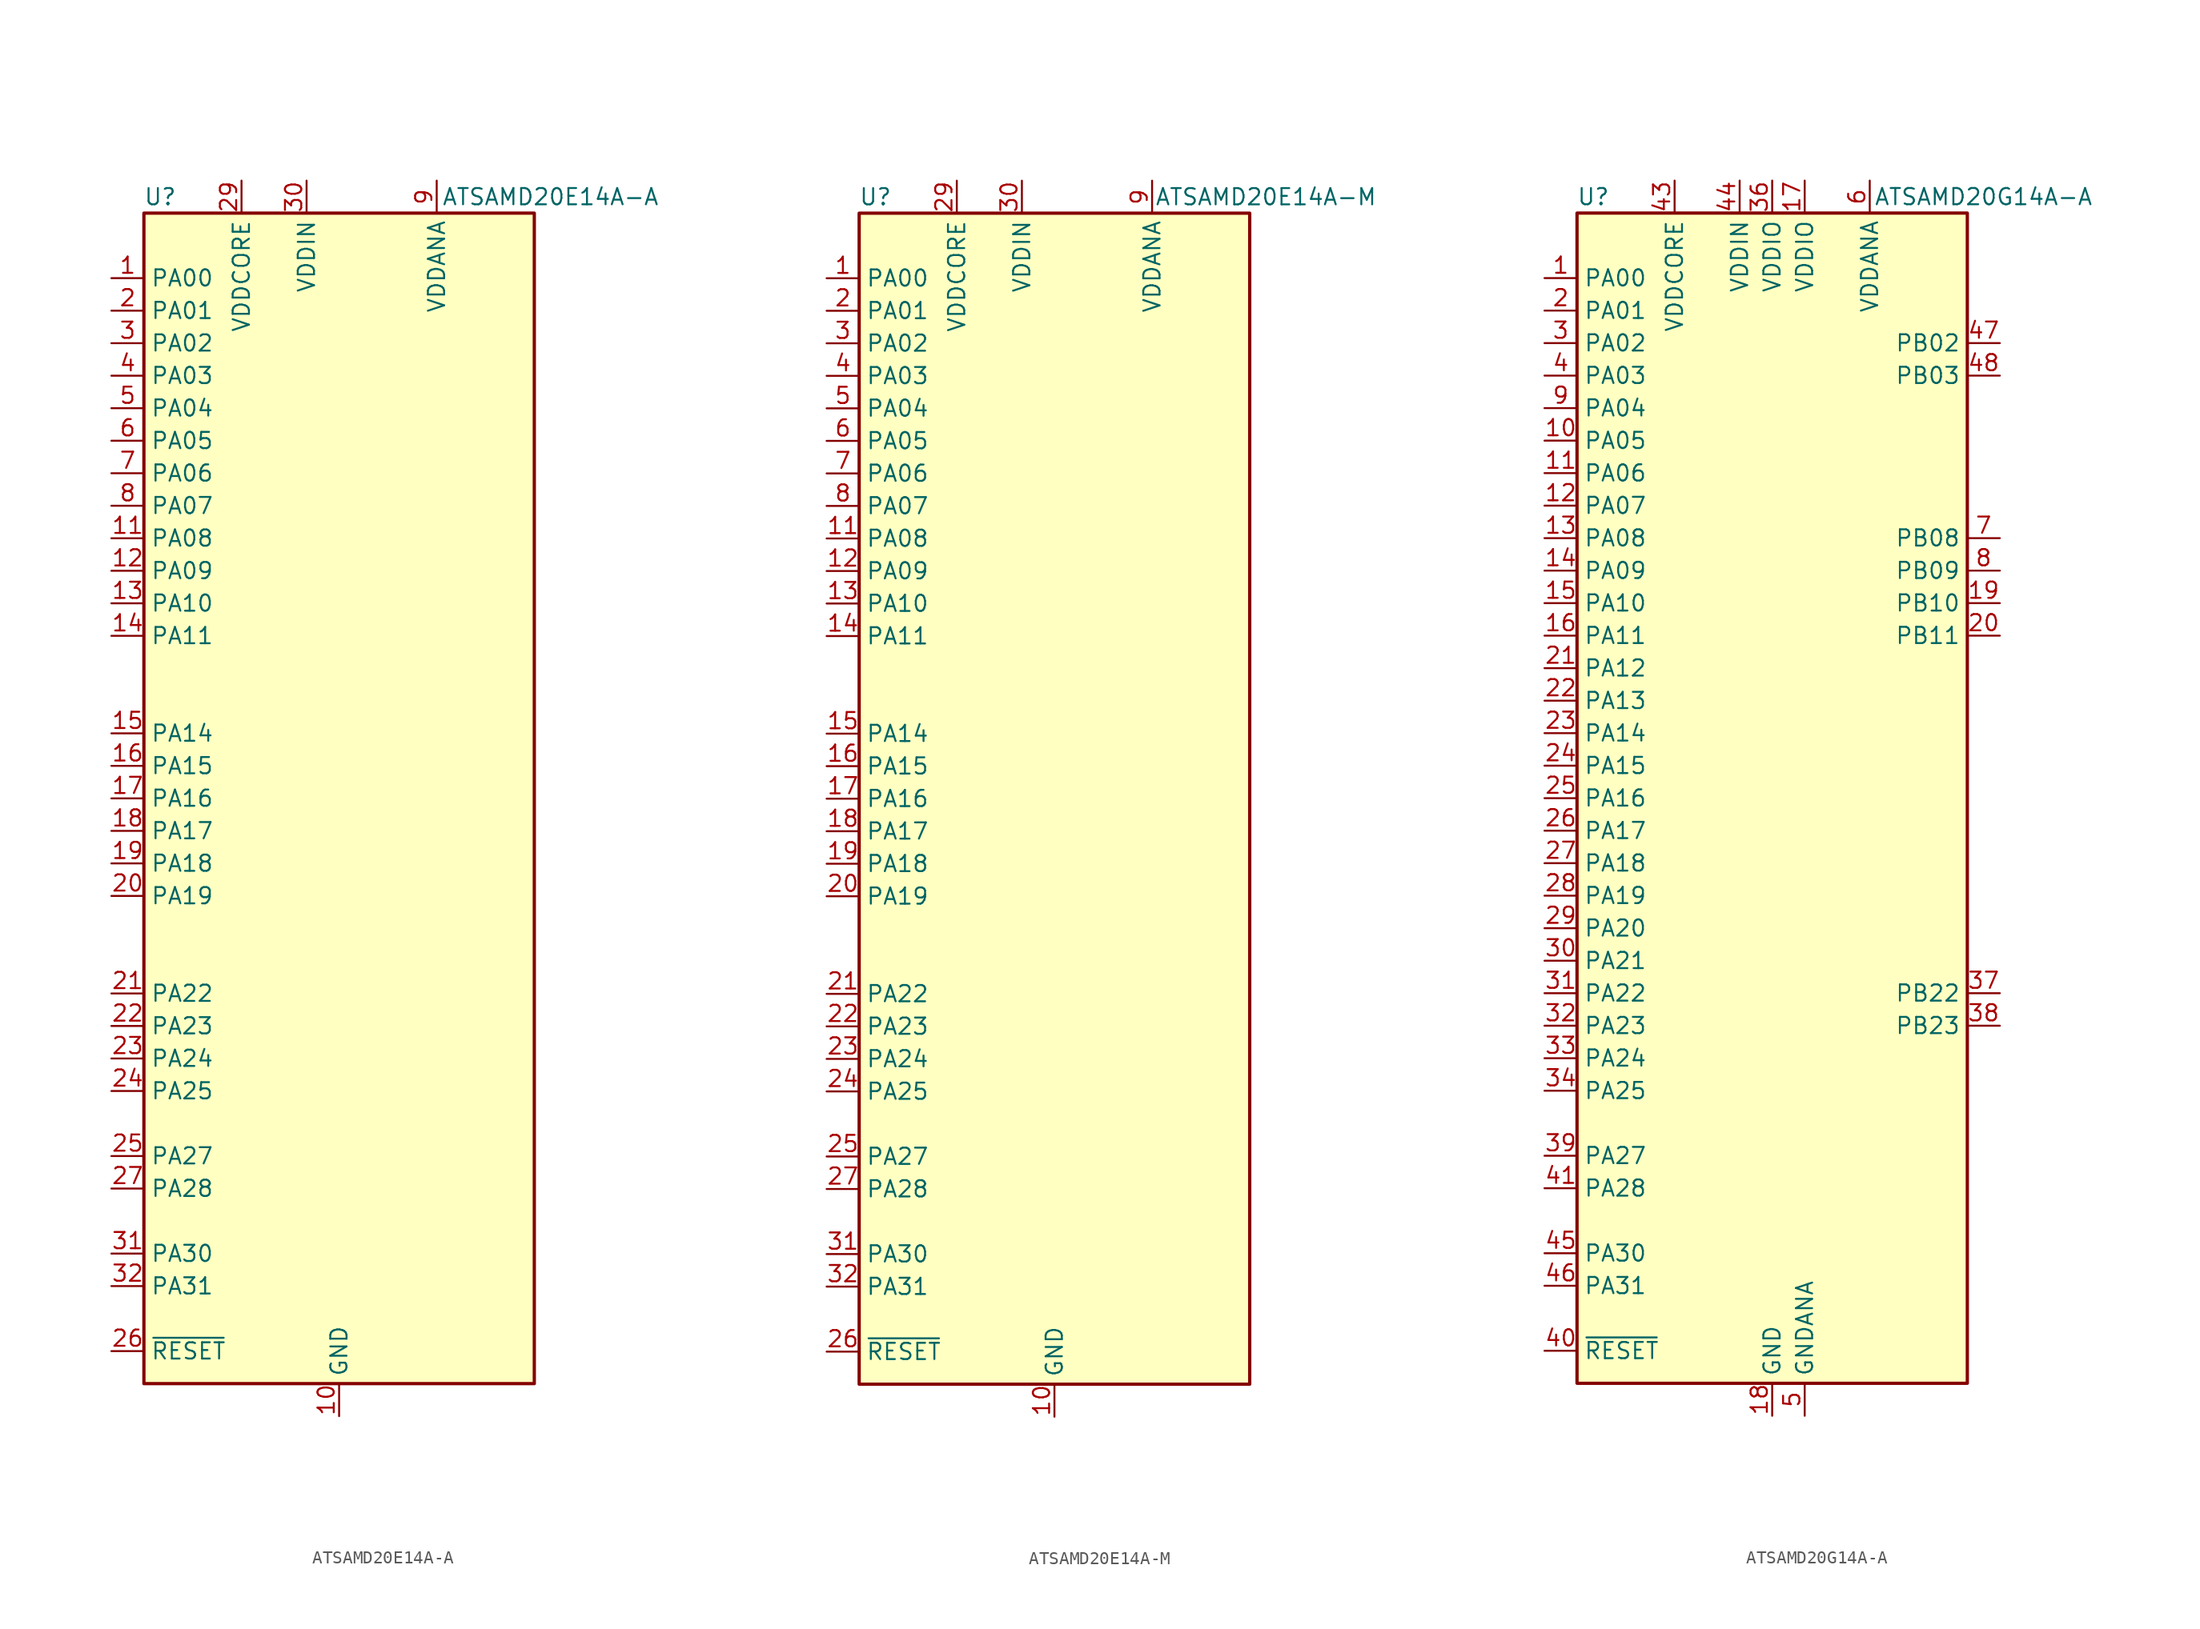
<source format=kicad_sym>
(kicad_symbol_lib
  (version 20211014)
  (generator kicad_symbol_editor)
  (symbol "ATSAMD20E14A-A"
    (property "Reference" "U"
      (at -13.97 46.99 0)
      (effects (font (size 1.27 1.27))))
    (property "Value" "ATSAMD20E14A-A"
      (at 16.51 46.99 0)
      (effects (font (size 1.27 1.27))))
    (symbol "ATSAMD20E14A-A_1_1"
      (rectangle (start -15.24 45.72) (end 15.24 -45.72) (stroke (width 0.254) (type default) (color 0 0 0 0)) (fill (type background)))
      (pin bidirectional line (at -17.78 40.64 0) (length 2.54) (name "PA00" (effects (font (size 1.27 1.27)))) (number "1" (effects (font (size 1.27 1.27)))))
      (pin power_in line (at 0 -48.26 90) (length 2.54) (name "GND" (effects (font (size 1.27 1.27)))) (number "10" (effects (font (size 1.27 1.27)))))
      (pin bidirectional line (at -17.78 20.32 0) (length 2.54) (name "PA08" (effects (font (size 1.27 1.27)))) (number "11" (effects (font (size 1.27 1.27)))))
      (pin bidirectional line (at -17.78 17.78 0) (length 2.54) (name "PA09" (effects (font (size 1.27 1.27)))) (number "12" (effects (font (size 1.27 1.27)))))
      (pin bidirectional line (at -17.78 15.24 0) (length 2.54) (name "PA10" (effects (font (size 1.27 1.27)))) (number "13" (effects (font (size 1.27 1.27)))))
      (pin bidirectional line (at -17.78 12.7 0) (length 2.54) (name "PA11" (effects (font (size 1.27 1.27)))) (number "14" (effects (font (size 1.27 1.27)))))
      (pin bidirectional line (at -17.78 5.08 0) (length 2.54) (name "PA14" (effects (font (size 1.27 1.27)))) (number "15" (effects (font (size 1.27 1.27)))))
      (pin bidirectional line (at -17.78 2.54 0) (length 2.54) (name "PA15" (effects (font (size 1.27 1.27)))) (number "16" (effects (font (size 1.27 1.27)))))
      (pin bidirectional line (at -17.78 0 0) (length 2.54) (name "PA16" (effects (font (size 1.27 1.27)))) (number "17" (effects (font (size 1.27 1.27)))))
      (pin bidirectional line (at -17.78 -2.54 0) (length 2.54) (name "PA17" (effects (font (size 1.27 1.27)))) (number "18" (effects (font (size 1.27 1.27)))))
      (pin bidirectional line (at -17.78 -5.08 0) (length 2.54) (name "PA18" (effects (font (size 1.27 1.27)))) (number "19" (effects (font (size 1.27 1.27)))))
      (pin bidirectional line (at -17.78 38.1 0) (length 2.54) (name "PA01" (effects (font (size 1.27 1.27)))) (number "2" (effects (font (size 1.27 1.27)))))
      (pin bidirectional line (at -17.78 -7.62 0) (length 2.54) (name "PA19" (effects (font (size 1.27 1.27)))) (number "20" (effects (font (size 1.27 1.27)))))
      (pin bidirectional line (at -17.78 -15.24 0) (length 2.54) (name "PA22" (effects (font (size 1.27 1.27)))) (number "21" (effects (font (size 1.27 1.27)))))
      (pin bidirectional line (at -17.78 -17.78 0) (length 2.54) (name "PA23" (effects (font (size 1.27 1.27)))) (number "22" (effects (font (size 1.27 1.27)))))
      (pin bidirectional line (at -17.78 -20.32 0) (length 2.54) (name "PA24" (effects (font (size 1.27 1.27)))) (number "23" (effects (font (size 1.27 1.27)))))
      (pin bidirectional line (at -17.78 -22.86 0) (length 2.54) (name "PA25" (effects (font (size 1.27 1.27)))) (number "24" (effects (font (size 1.27 1.27)))))
      (pin bidirectional line (at -17.78 -27.94 0) (length 2.54) (name "PA27" (effects (font (size 1.27 1.27)))) (number "25" (effects (font (size 1.27 1.27)))))
      (pin input line (at -17.78 -43.18 0) (length 2.54) (name "~{RESET}" (effects (font (size 1.27 1.27)))) (number "26" (effects (font (size 1.27 1.27)))))
      (pin bidirectional line (at -17.78 -30.48 0) (length 2.54) (name "PA28" (effects (font (size 1.27 1.27)))) (number "27" (effects (font (size 1.27 1.27)))))
      (pin passive line (at 0 -48.26 90) (length 2.54) hide (name "GND" (effects (font (size 1.27 1.27)))) (number "28" (effects (font (size 1.27 1.27)))))
      (pin power_out line (at -7.62 48.26 270) (length 2.54) (name "VDDCORE" (effects (font (size 1.27 1.27)))) (number "29" (effects (font (size 1.27 1.27)))))
      (pin bidirectional line (at -17.78 35.56 0) (length 2.54) (name "PA02" (effects (font (size 1.27 1.27)))) (number "3" (effects (font (size 1.27 1.27)))))
      (pin power_in line (at -2.54 48.26 270) (length 2.54) (name "VDDIN" (effects (font (size 1.27 1.27)))) (number "30" (effects (font (size 1.27 1.27)))))
      (pin bidirectional line (at -17.78 -35.56 0) (length 2.54) (name "PA30" (effects (font (size 1.27 1.27)))) (number "31" (effects (font (size 1.27 1.27)))))
      (pin bidirectional line (at -17.78 -38.1 0) (length 2.54) (name "PA31" (effects (font (size 1.27 1.27)))) (number "32" (effects (font (size 1.27 1.27)))))
      (pin bidirectional line (at -17.78 33.02 0) (length 2.54) (name "PA03" (effects (font (size 1.27 1.27)))) (number "4" (effects (font (size 1.27 1.27)))))
      (pin bidirectional line (at -17.78 30.48 0) (length 2.54) (name "PA04" (effects (font (size 1.27 1.27)))) (number "5" (effects (font (size 1.27 1.27)))))
      (pin bidirectional line (at -17.78 27.94 0) (length 2.54) (name "PA05" (effects (font (size 1.27 1.27)))) (number "6" (effects (font (size 1.27 1.27)))))
      (pin bidirectional line (at -17.78 25.4 0) (length 2.54) (name "PA06" (effects (font (size 1.27 1.27)))) (number "7" (effects (font (size 1.27 1.27)))))
      (pin bidirectional line (at -17.78 22.86 0) (length 2.54) (name "PA07" (effects (font (size 1.27 1.27)))) (number "8" (effects (font (size 1.27 1.27)))))
      (pin power_in line (at 7.62 48.26 270) (length 2.54) (name "VDDANA" (effects (font (size 1.27 1.27)))) (number "9" (effects (font (size 1.27 1.27)))))))
  (symbol "ATSAMD20E14A-M"
    (property "Reference" "U"
      (at -13.97 46.99 0)
      (effects (font (size 1.27 1.27))))
    (property "Value" "ATSAMD20E14A-M"
      (at 16.51 46.99 0)
      (effects (font (size 1.27 1.27))))
    (symbol "ATSAMD20E14A-M_1_1"
      (rectangle (start -15.24 45.72) (end 15.24 -45.72) (stroke (width 0.254) (type default) (color 0 0 0 0)) (fill (type background)))
      (pin bidirectional line (at -17.78 40.64 0) (length 2.54) (name "PA00" (effects (font (size 1.27 1.27)))) (number "1" (effects (font (size 1.27 1.27)))))
      (pin power_in line (at 0 -48.26 90) (length 2.54) (name "GND" (effects (font (size 1.27 1.27)))) (number "10" (effects (font (size 1.27 1.27)))))
      (pin bidirectional line (at -17.78 20.32 0) (length 2.54) (name "PA08" (effects (font (size 1.27 1.27)))) (number "11" (effects (font (size 1.27 1.27)))))
      (pin bidirectional line (at -17.78 17.78 0) (length 2.54) (name "PA09" (effects (font (size 1.27 1.27)))) (number "12" (effects (font (size 1.27 1.27)))))
      (pin bidirectional line (at -17.78 15.24 0) (length 2.54) (name "PA10" (effects (font (size 1.27 1.27)))) (number "13" (effects (font (size 1.27 1.27)))))
      (pin bidirectional line (at -17.78 12.7 0) (length 2.54) (name "PA11" (effects (font (size 1.27 1.27)))) (number "14" (effects (font (size 1.27 1.27)))))
      (pin bidirectional line (at -17.78 5.08 0) (length 2.54) (name "PA14" (effects (font (size 1.27 1.27)))) (number "15" (effects (font (size 1.27 1.27)))))
      (pin bidirectional line (at -17.78 2.54 0) (length 2.54) (name "PA15" (effects (font (size 1.27 1.27)))) (number "16" (effects (font (size 1.27 1.27)))))
      (pin bidirectional line (at -17.78 0 0) (length 2.54) (name "PA16" (effects (font (size 1.27 1.27)))) (number "17" (effects (font (size 1.27 1.27)))))
      (pin bidirectional line (at -17.78 -2.54 0) (length 2.54) (name "PA17" (effects (font (size 1.27 1.27)))) (number "18" (effects (font (size 1.27 1.27)))))
      (pin bidirectional line (at -17.78 -5.08 0) (length 2.54) (name "PA18" (effects (font (size 1.27 1.27)))) (number "19" (effects (font (size 1.27 1.27)))))
      (pin bidirectional line (at -17.78 38.1 0) (length 2.54) (name "PA01" (effects (font (size 1.27 1.27)))) (number "2" (effects (font (size 1.27 1.27)))))
      (pin bidirectional line (at -17.78 -7.62 0) (length 2.54) (name "PA19" (effects (font (size 1.27 1.27)))) (number "20" (effects (font (size 1.27 1.27)))))
      (pin bidirectional line (at -17.78 -15.24 0) (length 2.54) (name "PA22" (effects (font (size 1.27 1.27)))) (number "21" (effects (font (size 1.27 1.27)))))
      (pin bidirectional line (at -17.78 -17.78 0) (length 2.54) (name "PA23" (effects (font (size 1.27 1.27)))) (number "22" (effects (font (size 1.27 1.27)))))
      (pin bidirectional line (at -17.78 -20.32 0) (length 2.54) (name "PA24" (effects (font (size 1.27 1.27)))) (number "23" (effects (font (size 1.27 1.27)))))
      (pin bidirectional line (at -17.78 -22.86 0) (length 2.54) (name "PA25" (effects (font (size 1.27 1.27)))) (number "24" (effects (font (size 1.27 1.27)))))
      (pin bidirectional line (at -17.78 -27.94 0) (length 2.54) (name "PA27" (effects (font (size 1.27 1.27)))) (number "25" (effects (font (size 1.27 1.27)))))
      (pin input line (at -17.78 -43.18 0) (length 2.54) (name "~{RESET}" (effects (font (size 1.27 1.27)))) (number "26" (effects (font (size 1.27 1.27)))))
      (pin bidirectional line (at -17.78 -30.48 0) (length 2.54) (name "PA28" (effects (font (size 1.27 1.27)))) (number "27" (effects (font (size 1.27 1.27)))))
      (pin passive line (at 0 -48.26 90) (length 2.54) hide (name "GND" (effects (font (size 1.27 1.27)))) (number "28" (effects (font (size 1.27 1.27)))))
      (pin power_out line (at -7.62 48.26 270) (length 2.54) (name "VDDCORE" (effects (font (size 1.27 1.27)))) (number "29" (effects (font (size 1.27 1.27)))))
      (pin bidirectional line (at -17.78 35.56 0) (length 2.54) (name "PA02" (effects (font (size 1.27 1.27)))) (number "3" (effects (font (size 1.27 1.27)))))
      (pin power_in line (at -2.54 48.26 270) (length 2.54) (name "VDDIN" (effects (font (size 1.27 1.27)))) (number "30" (effects (font (size 1.27 1.27)))))
      (pin bidirectional line (at -17.78 -35.56 0) (length 2.54) (name "PA30" (effects (font (size 1.27 1.27)))) (number "31" (effects (font (size 1.27 1.27)))))
      (pin bidirectional line (at -17.78 -38.1 0) (length 2.54) (name "PA31" (effects (font (size 1.27 1.27)))) (number "32" (effects (font (size 1.27 1.27)))))
      (pin no_connect line (at 15.24 -43.18 180) (length 2.54) hide (name "EP" (effects (font (size 1.27 1.27)))) (number "33" (effects (font (size 1.27 1.27)))))
      (pin bidirectional line (at -17.78 33.02 0) (length 2.54) (name "PA03" (effects (font (size 1.27 1.27)))) (number "4" (effects (font (size 1.27 1.27)))))
      (pin bidirectional line (at -17.78 30.48 0) (length 2.54) (name "PA04" (effects (font (size 1.27 1.27)))) (number "5" (effects (font (size 1.27 1.27)))))
      (pin bidirectional line (at -17.78 27.94 0) (length 2.54) (name "PA05" (effects (font (size 1.27 1.27)))) (number "6" (effects (font (size 1.27 1.27)))))
      (pin bidirectional line (at -17.78 25.4 0) (length 2.54) (name "PA06" (effects (font (size 1.27 1.27)))) (number "7" (effects (font (size 1.27 1.27)))))
      (pin bidirectional line (at -17.78 22.86 0) (length 2.54) (name "PA07" (effects (font (size 1.27 1.27)))) (number "8" (effects (font (size 1.27 1.27)))))
      (pin power_in line (at 7.62 48.26 270) (length 2.54) (name "VDDANA" (effects (font (size 1.27 1.27)))) (number "9" (effects (font (size 1.27 1.27)))))))
  (symbol "ATSAMD20G14A-A"
    (property "Reference" "U"
      (at -13.97 46.99 0)
      (effects (font (size 1.27 1.27))))
    (property "Value" "ATSAMD20G14A-A"
      (at 16.51 46.99 0)
      (effects (font (size 1.27 1.27))))
    (symbol "ATSAMD20G14A-A_0_1"
      (rectangle (start -15.24 45.72) (end 15.24 -45.72) (stroke (width 0.254) (type default) (color 0 0 0 0)) (fill (type background))))
    (symbol "ATSAMD20G14A-A_1_1"
      (pin bidirectional line (at -17.78 40.64 0) (length 2.54) (name "PA00" (effects (font (size 1.27 1.27)))) (number "1" (effects (font (size 1.27 1.27)))))
      (pin bidirectional line (at -17.78 27.94 0) (length 2.54) (name "PA05" (effects (font (size 1.27 1.27)))) (number "10" (effects (font (size 1.27 1.27)))))
      (pin bidirectional line (at -17.78 25.4 0) (length 2.54) (name "PA06" (effects (font (size 1.27 1.27)))) (number "11" (effects (font (size 1.27 1.27)))))
      (pin bidirectional line (at -17.78 22.86 0) (length 2.54) (name "PA07" (effects (font (size 1.27 1.27)))) (number "12" (effects (font (size 1.27 1.27)))))
      (pin bidirectional line (at -17.78 20.32 0) (length 2.54) (name "PA08" (effects (font (size 1.27 1.27)))) (number "13" (effects (font (size 1.27 1.27)))))
      (pin bidirectional line (at -17.78 17.78 0) (length 2.54) (name "PA09" (effects (font (size 1.27 1.27)))) (number "14" (effects (font (size 1.27 1.27)))))
      (pin bidirectional line (at -17.78 15.24 0) (length 2.54) (name "PA10" (effects (font (size 1.27 1.27)))) (number "15" (effects (font (size 1.27 1.27)))))
      (pin bidirectional line (at -17.78 12.7 0) (length 2.54) (name "PA11" (effects (font (size 1.27 1.27)))) (number "16" (effects (font (size 1.27 1.27)))))
      (pin power_in line (at 2.54 48.26 270) (length 2.54) (name "VDDIO" (effects (font (size 1.27 1.27)))) (number "17" (effects (font (size 1.27 1.27)))))
      (pin power_in line (at 0 -48.26 90) (length 2.54) (name "GND" (effects (font (size 1.27 1.27)))) (number "18" (effects (font (size 1.27 1.27)))))
      (pin bidirectional line (at 17.78 15.24 180) (length 2.54) (name "PB10" (effects (font (size 1.27 1.27)))) (number "19" (effects (font (size 1.27 1.27)))))
      (pin bidirectional line (at -17.78 38.1 0) (length 2.54) (name "PA01" (effects (font (size 1.27 1.27)))) (number "2" (effects (font (size 1.27 1.27)))))
      (pin bidirectional line (at 17.78 12.7 180) (length 2.54) (name "PB11" (effects (font (size 1.27 1.27)))) (number "20" (effects (font (size 1.27 1.27)))))
      (pin bidirectional line (at -17.78 10.16 0) (length 2.54) (name "PA12" (effects (font (size 1.27 1.27)))) (number "21" (effects (font (size 1.27 1.27)))))
      (pin bidirectional line (at -17.78 7.62 0) (length 2.54) (name "PA13" (effects (font (size 1.27 1.27)))) (number "22" (effects (font (size 1.27 1.27)))))
      (pin bidirectional line (at -17.78 5.08 0) (length 2.54) (name "PA14" (effects (font (size 1.27 1.27)))) (number "23" (effects (font (size 1.27 1.27)))))
      (pin bidirectional line (at -17.78 2.54 0) (length 2.54) (name "PA15" (effects (font (size 1.27 1.27)))) (number "24" (effects (font (size 1.27 1.27)))))
      (pin bidirectional line (at -17.78 0 0) (length 2.54) (name "PA16" (effects (font (size 1.27 1.27)))) (number "25" (effects (font (size 1.27 1.27)))))
      (pin bidirectional line (at -17.78 -2.54 0) (length 2.54) (name "PA17" (effects (font (size 1.27 1.27)))) (number "26" (effects (font (size 1.27 1.27)))))
      (pin bidirectional line (at -17.78 -5.08 0) (length 2.54) (name "PA18" (effects (font (size 1.27 1.27)))) (number "27" (effects (font (size 1.27 1.27)))))
      (pin bidirectional line (at -17.78 -7.62 0) (length 2.54) (name "PA19" (effects (font (size 1.27 1.27)))) (number "28" (effects (font (size 1.27 1.27)))))
      (pin bidirectional line (at -17.78 -10.16 0) (length 2.54) (name "PA20" (effects (font (size 1.27 1.27)))) (number "29" (effects (font (size 1.27 1.27)))))
      (pin bidirectional line (at -17.78 35.56 0) (length 2.54) (name "PA02" (effects (font (size 1.27 1.27)))) (number "3" (effects (font (size 1.27 1.27)))))
      (pin bidirectional line (at -17.78 -12.7 0) (length 2.54) (name "PA21" (effects (font (size 1.27 1.27)))) (number "30" (effects (font (size 1.27 1.27)))))
      (pin bidirectional line (at -17.78 -15.24 0) (length 2.54) (name "PA22" (effects (font (size 1.27 1.27)))) (number "31" (effects (font (size 1.27 1.27)))))
      (pin bidirectional line (at -17.78 -17.78 0) (length 2.54) (name "PA23" (effects (font (size 1.27 1.27)))) (number "32" (effects (font (size 1.27 1.27)))))
      (pin bidirectional line (at -17.78 -20.32 0) (length 2.54) (name "PA24" (effects (font (size 1.27 1.27)))) (number "33" (effects (font (size 1.27 1.27)))))
      (pin bidirectional line (at -17.78 -22.86 0) (length 2.54) (name "PA25" (effects (font (size 1.27 1.27)))) (number "34" (effects (font (size 1.27 1.27)))))
      (pin passive line (at 0 -48.26 90) (length 2.54) hide (name "GND" (effects (font (size 1.27 1.27)))) (number "35" (effects (font (size 1.27 1.27)))))
      (pin power_in line (at 0 48.26 270) (length 2.54) (name "VDDIO" (effects (font (size 1.27 1.27)))) (number "36" (effects (font (size 1.27 1.27)))))
      (pin bidirectional line (at 17.78 -15.24 180) (length 2.54) (name "PB22" (effects (font (size 1.27 1.27)))) (number "37" (effects (font (size 1.27 1.27)))))
      (pin bidirectional line (at 17.78 -17.78 180) (length 2.54) (name "PB23" (effects (font (size 1.27 1.27)))) (number "38" (effects (font (size 1.27 1.27)))))
      (pin bidirectional line (at -17.78 -27.94 0) (length 2.54) (name "PA27" (effects (font (size 1.27 1.27)))) (number "39" (effects (font (size 1.27 1.27)))))
      (pin bidirectional line (at -17.78 33.02 0) (length 2.54) (name "PA03" (effects (font (size 1.27 1.27)))) (number "4" (effects (font (size 1.27 1.27)))))
      (pin input line (at -17.78 -43.18 0) (length 2.54) (name "~{RESET}" (effects (font (size 1.27 1.27)))) (number "40" (effects (font (size 1.27 1.27)))))
      (pin bidirectional line (at -17.78 -30.48 0) (length 2.54) (name "PA28" (effects (font (size 1.27 1.27)))) (number "41" (effects (font (size 1.27 1.27)))))
      (pin passive line (at 0 -48.26 90) (length 2.54) hide (name "GND" (effects (font (size 1.27 1.27)))) (number "42" (effects (font (size 1.27 1.27)))))
      (pin power_out line (at -7.62 48.26 270) (length 2.54) (name "VDDCORE" (effects (font (size 1.27 1.27)))) (number "43" (effects (font (size 1.27 1.27)))))
      (pin power_in line (at -2.54 48.26 270) (length 2.54) (name "VDDIN" (effects (font (size 1.27 1.27)))) (number "44" (effects (font (size 1.27 1.27)))))
      (pin bidirectional line (at -17.78 -35.56 0) (length 2.54) (name "PA30" (effects (font (size 1.27 1.27)))) (number "45" (effects (font (size 1.27 1.27)))))
      (pin bidirectional line (at -17.78 -38.1 0) (length 2.54) (name "PA31" (effects (font (size 1.27 1.27)))) (number "46" (effects (font (size 1.27 1.27)))))
      (pin bidirectional line (at 17.78 35.56 180) (length 2.54) (name "PB02" (effects (font (size 1.27 1.27)))) (number "47" (effects (font (size 1.27 1.27)))))
      (pin bidirectional line (at 17.78 33.02 180) (length 2.54) (name "PB03" (effects (font (size 1.27 1.27)))) (number "48" (effects (font (size 1.27 1.27)))))
      (pin power_in line (at 2.54 -48.26 90) (length 2.54) (name "GNDANA" (effects (font (size 1.27 1.27)))) (number "5" (effects (font (size 1.27 1.27)))))
      (pin power_in line (at 7.62 48.26 270) (length 2.54) (name "VDDANA" (effects (font (size 1.27 1.27)))) (number "6" (effects (font (size 1.27 1.27)))))
      (pin bidirectional line (at 17.78 20.32 180) (length 2.54) (name "PB08" (effects (font (size 1.27 1.27)))) (number "7" (effects (font (size 1.27 1.27)))))
      (pin bidirectional line (at 17.78 17.78 180) (length 2.54) (name "PB09" (effects (font (size 1.27 1.27)))) (number "8" (effects (font (size 1.27 1.27)))))
      (pin bidirectional line (at -17.78 30.48 0) (length 2.54) (name "PA04" (effects (font (size 1.27 1.27)))) (number "9" (effects (font (size 1.27 1.27))))))))
</source>
